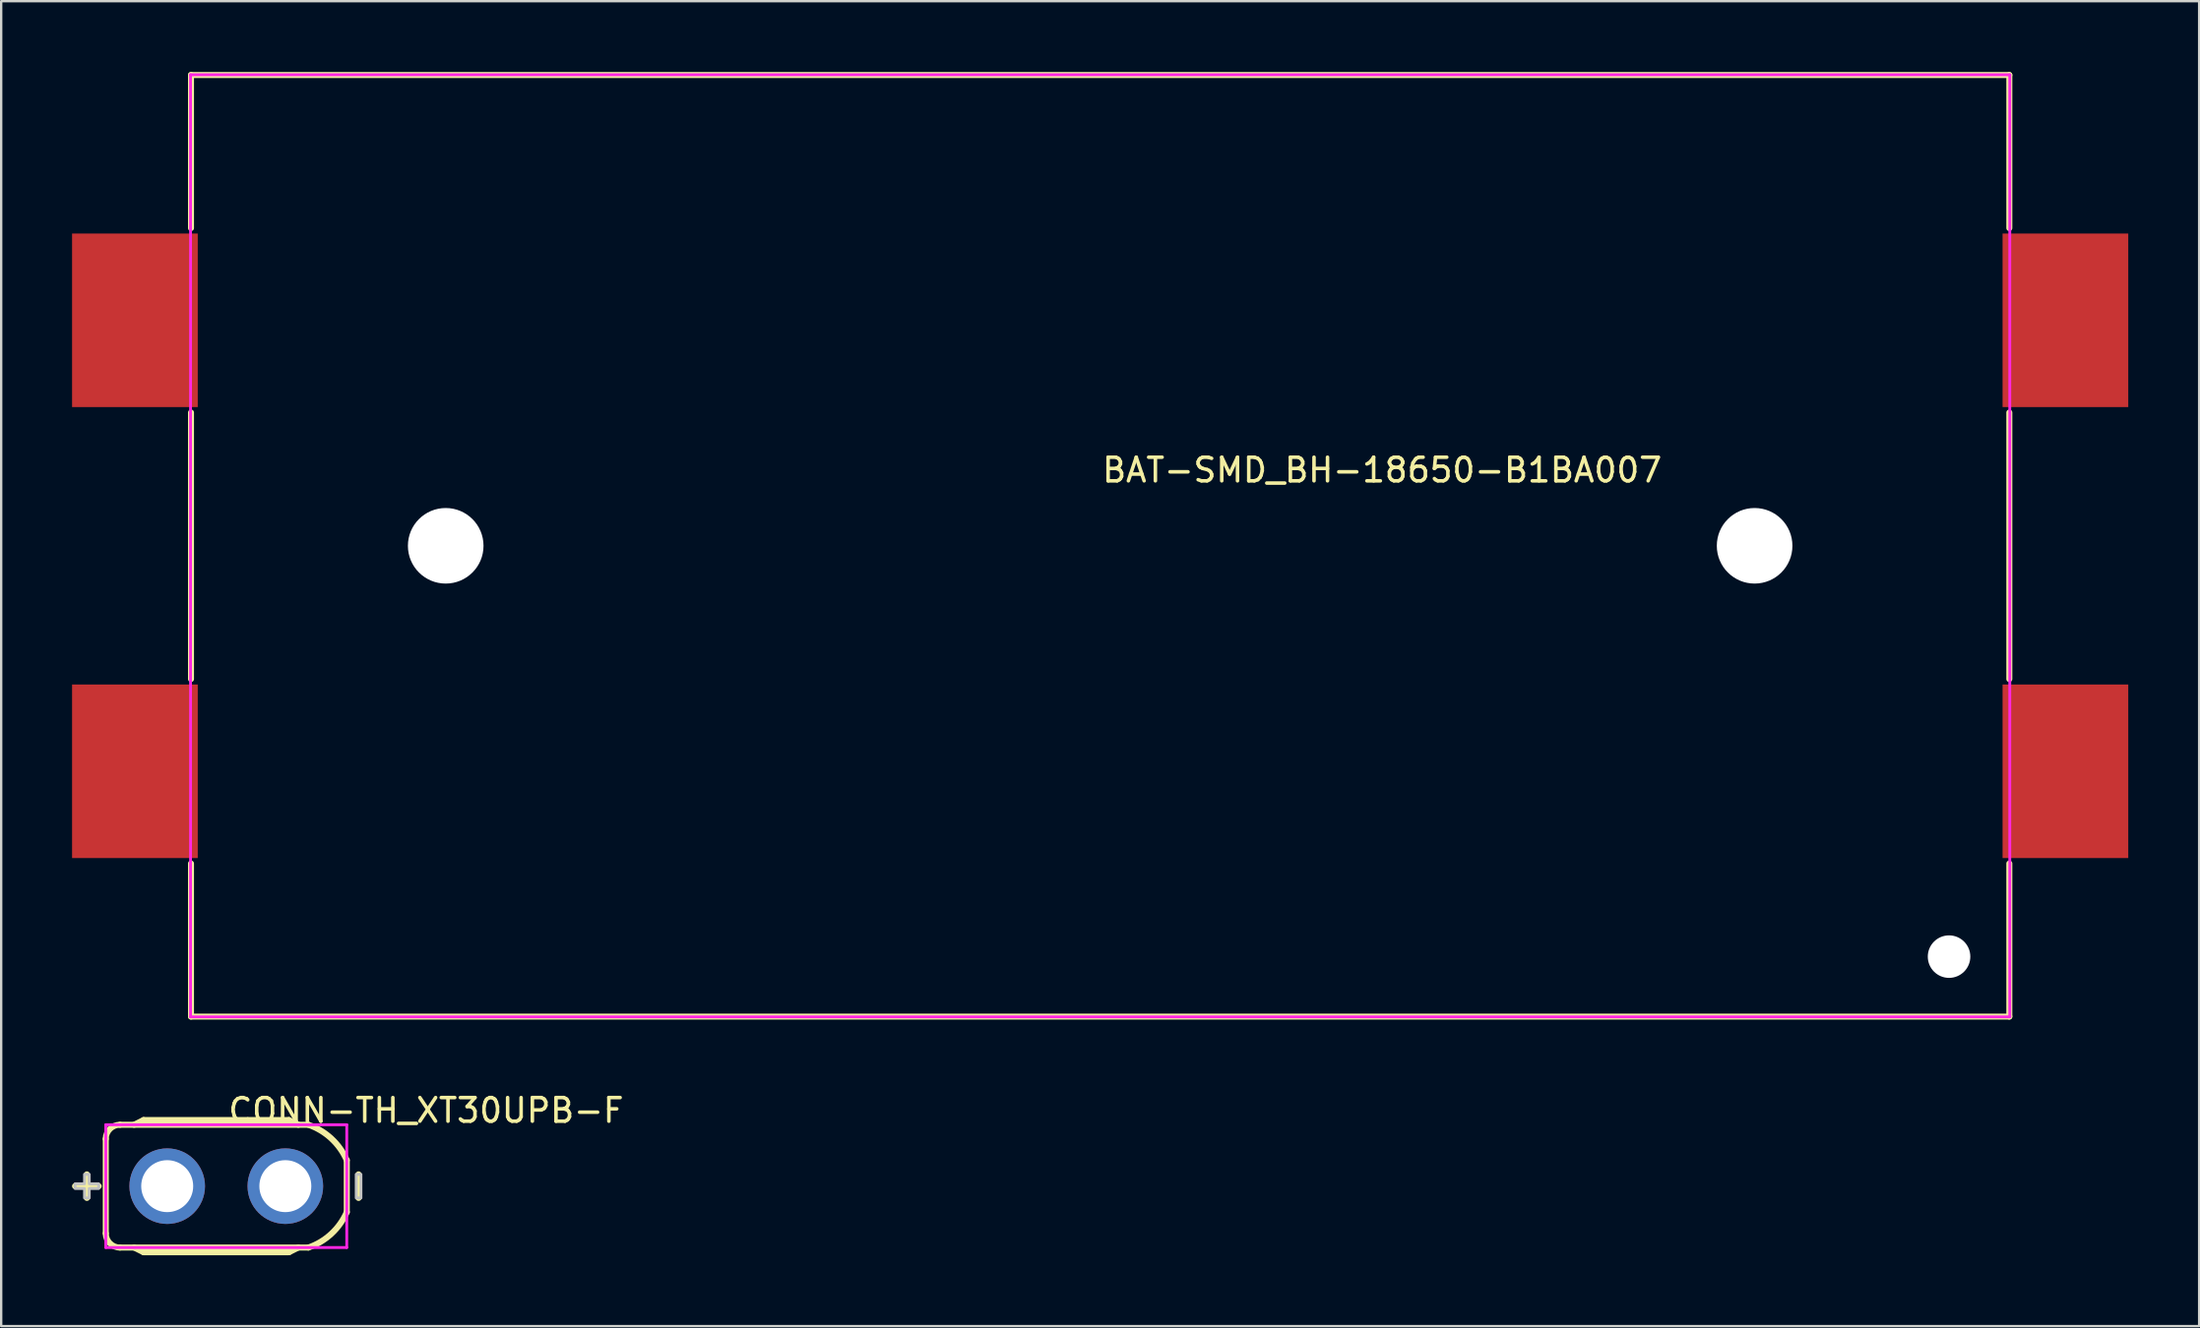
<source format=kicad_pcb>
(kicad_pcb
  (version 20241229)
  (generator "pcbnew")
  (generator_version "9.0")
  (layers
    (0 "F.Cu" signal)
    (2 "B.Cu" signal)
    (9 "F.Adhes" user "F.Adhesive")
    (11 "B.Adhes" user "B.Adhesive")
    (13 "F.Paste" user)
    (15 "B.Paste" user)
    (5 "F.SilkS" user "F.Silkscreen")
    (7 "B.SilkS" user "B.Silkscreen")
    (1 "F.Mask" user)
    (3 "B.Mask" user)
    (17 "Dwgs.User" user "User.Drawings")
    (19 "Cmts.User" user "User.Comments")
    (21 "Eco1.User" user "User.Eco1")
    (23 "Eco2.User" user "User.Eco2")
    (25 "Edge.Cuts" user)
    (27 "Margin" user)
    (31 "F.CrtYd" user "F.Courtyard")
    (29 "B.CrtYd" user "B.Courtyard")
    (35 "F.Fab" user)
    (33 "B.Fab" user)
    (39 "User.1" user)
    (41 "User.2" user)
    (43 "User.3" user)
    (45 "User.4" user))
  (footprint "CONN-TH_XT30UPB-F"
    (layer "F.Cu")
    (at 6.527 47.187)
    (property "Reference" "CONN-TH_XT30UPB-F" (at 0 -3.207 0) (layer "F.SilkS") (effects (font (size 1 1) (thickness 0.15)) (justify left)))
    (attr through_hole)
    (fp_line (start -6.4 0) (end -5.4 0) (stroke (width 0.254) (type solid)) (layer "F.SilkS"))
    (fp_line (start -5.9 0.5) (end -5.9 -0.5) (stroke (width 0.254) (type solid)) (layer "F.SilkS"))
    (fp_line (start -5.1 2) (end -5.1 -2) (stroke (width 0.254) (type solid)) (layer "F.SilkS"))
    (fp_line (start -4.5 -2.6) (end 3.475 -2.6) (stroke (width 0.254) (type solid)) (layer "F.SilkS"))
    (fp_line (start -4.5 2.6) (end 3.475 2.6) (stroke (width 0.254) (type solid)) (layer "F.SilkS"))
    (fp_line (start -3.9 -2.6) (end -3.5 -2.8) (stroke (width 0.254) (type solid)) (layer "F.SilkS"))
    (fp_line (start -3.9 2.6) (end -3.5 2.8) (stroke (width 0.254) (type solid)) (layer "F.SilkS"))
    (fp_line (start 2.65 -2.8) (end -3.5 -2.8) (stroke (width 0.254) (type solid)) (layer "F.SilkS"))
    (fp_line (start 2.65 2.8) (end -3.5 2.8) (stroke (width 0.254) (type solid)) (layer "F.SilkS"))
    (fp_line (start 3.05 -2.6) (end 2.65 -2.8) (stroke (width 0.254) (type solid)) (layer "F.SilkS"))
    (fp_line (start 3.05 2.6) (end 2.65 2.8) (stroke (width 0.254) (type solid)) (layer "F.SilkS"))
    (fp_line (start 5.1 1.1) (end 5.1 -1.1) (stroke (width 0.254) (type solid)) (layer "F.SilkS"))
    (fp_line (start 5.6 0.5) (end 5.6 -0.5) (stroke (width 0.254) (type solid)) (layer "F.SilkS"))
    (fp_arc (start -5.1 -2) (mid -4.924264 -2.424264) (end -4.5 -2.6) (stroke (width 0.254) (type solid)) (layer "F.SilkS"))
    (fp_arc (start -4.5 2.6) (mid -4.924264 2.424264) (end -5.1 2) (stroke (width 0.254) (type solid)) (layer "F.SilkS"))
    (fp_arc (start 3.475 -2.6) (mid 4.444678 -2.020411) (end 5.09953 -1.099885) (stroke (width 0.254) (type solid)) (layer "F.SilkS"))
    (fp_arc (start 5.1 1.1) (mid 4.445062 2.020706) (end 3.475233 2.600424) (stroke (width 0.254) (type solid)) (layer "F.SilkS"))
    (fp_poly (pts (xy 5.5 -0.5) (xy 5.7 -0.5) (xy 5.7 0.5) (xy 5.5 0.5)) (stroke (width 0.12) (type solid)) (fill no) (layer "Dwgs.User"))
    (fp_poly (pts (xy -6.4 0.1) (xy -6.4 -0.1) (xy -6 -0.1) (xy -6 -0.5) (xy -5.8 -0.5) (xy -5.8 -0.1) (xy -5.4 -0.1) (xy -5.4 0.1) (xy -5.8 0.1) (xy -5.8 0.5) (xy -6 0.5) (xy -6 0.1)) (stroke (width 0.12) (type solid)) (fill no) (layer "Dwgs.User"))
    (fp_circle (center -5.1 2.6) (end -5.07 2.6) (stroke (width 0.06) (type solid)) (fill no) (layer "Eco2.User"))
    (fp_circle (center -2.5 0) (end -2.1 0) (stroke (width 0.8) (type solid)) (fill no) (layer "Eco2.User"))
    (fp_circle (center 2.5 0) (end 2.9 0) (stroke (width 0.8) (type solid)) (fill no) (layer "Eco2.User"))
    (fp_line (start -5.1 -2.6) (end 5.1 -2.6) (stroke (width 0.12) (type solid)) (layer "F.CrtYd"))
    (fp_line (start -5.1 2.6) (end -5.1 -2.6) (stroke (width 0.12) (type solid)) (layer "F.CrtYd"))
    (fp_line (start 5.1 -2.6) (end 5.1 2.6) (stroke (width 0.12) (type solid)) (layer "F.CrtYd"))
    (fp_line (start 5.1 2.6) (end -5.1 2.6) (stroke (width 0.12) (type solid)) (layer "F.CrtYd"))
    (pad "1" thru_hole circle (at -2.5 0 90) (size 3.2 3.2) (drill 2.2) (layers "*.Cu" "*.Mask"))
    (pad "2" thru_hole circle (at 2.5 0 90) (size 3.2 3.2) (drill 2.2) (layers "*.Cu" "*.Mask")))
  (footprint "BAT-SMD_BH-18650-B1BA007"
    (layer "F.Cu")
    (at 43.515 20.066)
    (property "Reference" "BAT-SMD_BH-18650-B1BA007" (at 0 -3.207 0) (layer "F.SilkS") (effects (font (size 1 1) (thickness 0.15)) (justify left)))
    (attr through_hole)
    (fp_line (start -38.481 -19.939) (end 38.481 -19.939) (stroke (width 0.254) (type solid)) (layer "F.SilkS"))
    (fp_line (start -38.481 -13.456) (end -38.481 -19.939) (stroke (width 0.254) (type solid)) (layer "F.SilkS"))
    (fp_line (start -38.481 5.644) (end -38.481 -5.644) (stroke (width 0.254) (type solid)) (layer "F.SilkS"))
    (fp_line (start -38.481 19.939) (end -38.481 13.456) (stroke (width 0.254) (type solid)) (layer "F.SilkS"))
    (fp_line (start 38.481 -19.939) (end 38.481 -13.456) (stroke (width 0.254) (type solid)) (layer "F.SilkS"))
    (fp_line (start 38.481 -5.644) (end 38.481 5.644) (stroke (width 0.254) (type solid)) (layer "F.SilkS"))
    (fp_line (start 38.481 13.456) (end 38.481 19.939) (stroke (width 0.254) (type solid)) (layer "F.SilkS"))
    (fp_line (start 38.481 19.939) (end -38.481 19.939) (stroke (width 0.254) (type solid)) (layer "F.SilkS"))
    (fp_circle (center -27.7 0) (end -26.95 0) (stroke (width 1.5) (type solid)) (fill no) (layer "Dwgs.User"))
    (fp_circle (center 27.7 0) (end 28.45 0) (stroke (width 1.5) (type solid)) (fill no) (layer "Dwgs.User"))
    (fp_circle (center 35.93 17.4) (end 36.323 17.4) (stroke (width 0.785) (type solid)) (fill no) (layer "Dwgs.User"))
    (fp_circle (center -42 -19.95) (end -41.97 -19.95) (stroke (width 0.06) (type solid)) (fill no) (layer "Eco2.User"))
    (fp_poly (pts (xy -42 -6.375) (xy -42 -12.725) (xy -38 -12.725) (xy -38 -6.375)) (stroke (width 0.12) (type solid)) (fill no) (layer "Eco2.User"))
    (fp_poly (pts (xy -42 12.725) (xy -42 6.375) (xy -38 6.375) (xy -38 12.725)) (stroke (width 0.12) (type solid)) (fill no) (layer "Eco2.User"))
    (fp_poly (pts (xy 38 -6.375) (xy 38 -12.725) (xy 42 -12.725) (xy 42 -6.375)) (stroke (width 0.12) (type solid)) (fill no) (layer "Eco2.User"))
    (fp_poly (pts (xy 38 12.725) (xy 38 6.375) (xy 42 6.375) (xy 42 12.725)) (stroke (width 0.12) (type solid)) (fill no) (layer "Eco2.User"))
    (fp_line (start -38.5 -19.95) (end 38.5 -19.95) (stroke (width 0.12) (type solid)) (layer "F.CrtYd"))
    (fp_line (start -38.5 19.95) (end -38.5 -19.95) (stroke (width 0.12) (type solid)) (layer "F.CrtYd"))
    (fp_line (start 38.5 -19.95) (end 38.5 19.95) (stroke (width 0.12) (type solid)) (layer "F.CrtYd"))
    (fp_line (start 38.5 19.95) (end -38.5 19.95) (stroke (width 0.12) (type solid)) (layer "F.CrtYd"))
    (pad "" np_thru_hole circle (at -27.7 0) (size 3.2 3.2) (drill 3.2) (layers "*.Cu" "*.Mask"))
    (pad "" np_thru_hole circle (at 27.7 0) (size 3.2 3.2) (drill 3.2) (layers "*.Cu" "*.Mask"))
    (pad "" np_thru_hole circle (at 35.93 17.4) (size 1.8 1.8) (drill 1.8) (layers "*.Cu" "*.Mask"))
    (pad "1" smd rect (at -40.855 -9.55) (size 5.32 7.35) (layers "F.Cu" "F.Mask" "F.Paste"))
    (pad "2" smd rect (at 40.855 -9.55) (size 5.32 7.35) (layers "F.Cu" "F.Mask" "F.Paste"))
    (pad "3" smd rect (at -40.855 9.55) (size 5.32 7.35) (layers "F.Cu" "F.Mask" "F.Paste"))
    (pad "4" smd rect (at 40.855 9.55) (size 5.32 7.35) (layers "F.Cu" "F.Mask" "F.Paste")))
  (gr_rect
    (start -3 -3)
    (end 90.03 53.114)
    (stroke (width 0.1) (type default))
    (fill no)
    (layer "Edge.Cuts")))
</source>
